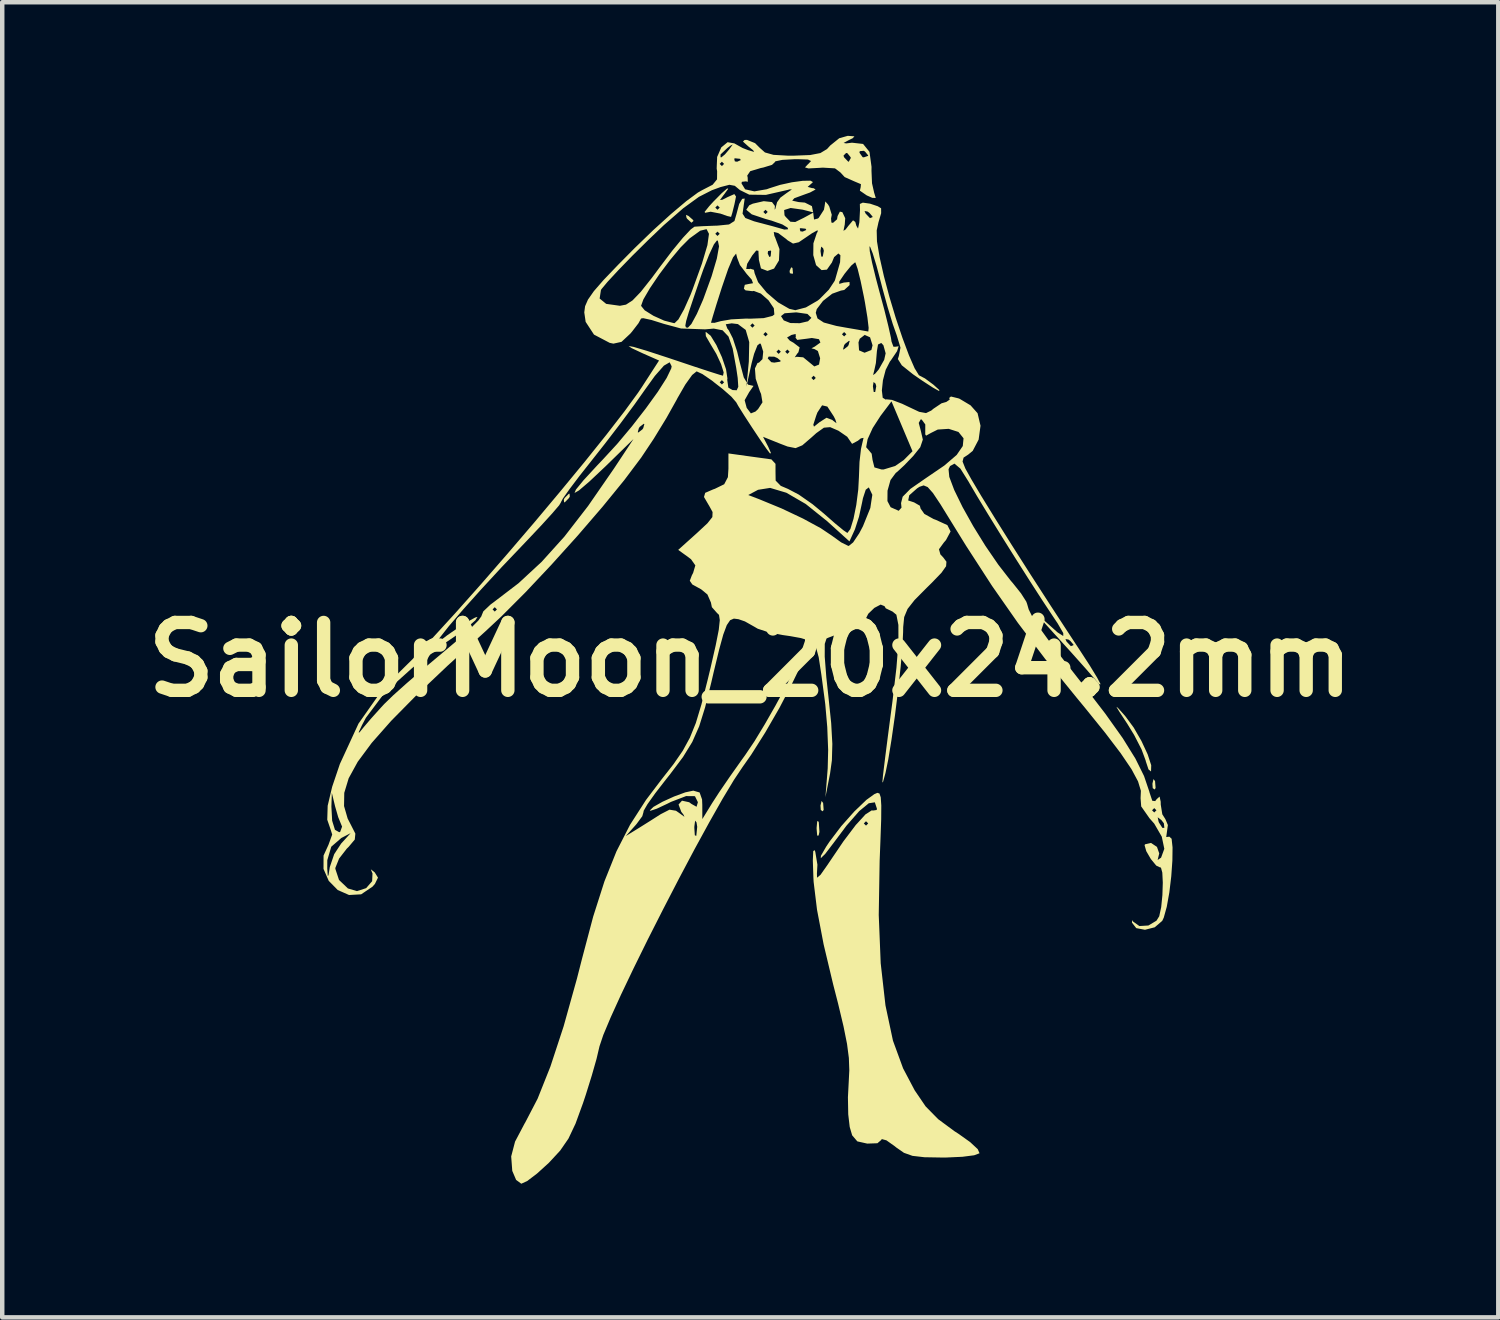
<source format=kicad_pcb>
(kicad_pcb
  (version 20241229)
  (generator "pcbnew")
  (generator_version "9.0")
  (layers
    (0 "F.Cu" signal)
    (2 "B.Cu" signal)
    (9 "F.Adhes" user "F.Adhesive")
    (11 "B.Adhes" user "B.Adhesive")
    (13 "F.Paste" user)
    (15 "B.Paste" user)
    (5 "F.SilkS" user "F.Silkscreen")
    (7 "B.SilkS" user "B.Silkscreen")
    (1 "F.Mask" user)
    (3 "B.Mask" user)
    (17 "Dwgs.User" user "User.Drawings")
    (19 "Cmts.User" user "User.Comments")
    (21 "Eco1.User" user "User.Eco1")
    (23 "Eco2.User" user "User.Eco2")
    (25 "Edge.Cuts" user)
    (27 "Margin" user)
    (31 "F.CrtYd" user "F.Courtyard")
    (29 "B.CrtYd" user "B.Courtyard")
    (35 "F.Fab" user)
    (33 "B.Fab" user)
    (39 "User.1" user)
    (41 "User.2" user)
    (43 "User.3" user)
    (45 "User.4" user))
  (footprint "SailorMoon_20x24.2mm"
    (layer "F.Cu")
    (at 13.796 11.761)
    (property "Reference" "SailorMoon_20x24.2mm" (at 0 0 0) (layer "F.SilkS") (effects (font (size 1.524 1.524) (thickness 0.3))))
    (attr board_only exclude_from_pos_files exclude_from_bom)
    (fp_poly (pts (xy 0.948 -8.794) (xy 0.96 -8.677) (xy 0.948 -8.663) (xy 0.89 -8.676) (xy 0.883 -8.728) (xy 0.919 -8.809)) (stroke (width 0) (type solid)) (fill yes) (layer "F.SilkS"))
    (fp_poly (pts (xy 1.636 3.218) (xy 1.648 3.371) (xy 1.628 3.406) (xy 1.584 3.377) (xy 1.577 3.277) (xy 1.601 3.173)) (stroke (width 0) (type solid)) (fill yes) (layer "F.SilkS"))
    (fp_poly (pts (xy 9.089 2.728) (xy 9.101 2.881) (xy 9.082 2.916) (xy 9.037 2.886) (xy 9.03 2.787) (xy 9.054 2.682)) (stroke (width 0) (type solid)) (fill yes) (layer "F.SilkS"))
    (fp_poly (pts (xy -1.388 -9.963) (xy -1.284 -9.872) (xy -1.275 -9.85) (xy -1.321 -9.81) (xy -1.418 -9.9) (xy -1.431 -9.92) (xy -1.443 -9.987)) (stroke (width 0) (type solid)) (fill yes) (layer "F.SilkS"))
    (fp_poly (pts (xy -4.052 -3.663) (xy -4.07 -3.629) (xy -4.162 -3.535) (xy -4.18 -3.531) (xy -4.186 -3.594) (xy -4.168 -3.629) (xy -4.076 -3.722) (xy -4.058 -3.727)) (stroke (width 0) (type solid)) (fill yes) (layer "F.SilkS"))
    (fp_poly (pts (xy 1.534 3.638) (xy 1.539 3.655) (xy 1.553 3.869) (xy 1.535 3.949) (xy 1.503 3.952) (xy 1.49 3.799) (xy 1.49 3.776) (xy 1.504 3.624)) (stroke (width 0) (type solid)) (fill yes) (layer "F.SilkS"))
    (fp_poly (pts (xy -6.172 -0.883) (xy -6.341 -0.735) (xy -6.513 -0.605) (xy -6.82 -0.395) (xy -6.996 -0.301) (xy -7.06 -0.315) (xy -7.061 -0.327) (xy -6.988 -0.405) (xy -6.808 -0.544) (xy -6.575 -0.705) (xy -6.346 -0.852) (xy -6.177 -0.945) (xy -6.124 -0.959)) (stroke (width 0) (type solid)) (fill yes) (layer "F.SilkS"))
    (fp_poly (pts (xy 8.254 1.082) (xy 8.387 1.231) (xy 8.425 1.275) (xy 8.61 1.526) (xy 8.784 1.828) (xy 8.923 2.127) (xy 9.003 2.371) (xy 8.999 2.508) (xy 8.997 2.51) (xy 8.942 2.465) (xy 8.882 2.284) (xy 8.877 2.262) (xy 8.786 2.016) (xy 8.62 1.693) (xy 8.469 1.446) (xy 8.292 1.177) (xy 8.221 1.06)) (stroke (width 0) (type solid)) (fill yes) (layer "F.SilkS"))
    (fp_poly (pts (xy -0.495 -10.572) (xy -0.591 -10.44) (xy -0.601 -10.428) (xy -0.68 -10.32) (xy -0.624 -10.327) (xy -0.512 -10.384) (xy -0.357 -10.453) (xy -0.32 -10.398) (xy -0.354 -10.229) (xy -0.404 -10.028) (xy -0.431 -9.941) (xy -0.518 -9.961) (xy -0.671 -10.015) (xy -0.89 -10.057) (xy -1.014 -10.033) (xy -1.025 -10.053) (xy -0.947 -10.15) (xy -0.785 -10.15) (xy -0.736 -10.101) (xy -0.686 -10.15) (xy -0.736 -10.199) (xy -0.785 -10.15) (xy -0.947 -10.15) (xy -0.922 -10.181) (xy -0.834 -10.278) (xy -0.637 -10.477) (xy -0.518 -10.58)) (stroke (width 0) (type solid)) (fill yes) (layer "F.SilkS"))
    (fp_poly (pts (xy 2.901 3.006) (xy 2.93 3.092) (xy 2.942 3.274) (xy 2.94 3.58) (xy 2.924 4.034) (xy 2.905 4.524) (xy 2.885 5.733) (xy 2.929 6.819) (xy 3.036 7.764) (xy 3.204 8.555) (xy 3.43 9.173) (xy 3.433 9.18) (xy 3.692 9.671) (xy 3.938 10.032) (xy 4.22 10.319) (xy 4.584 10.588) (xy 4.673 10.645) (xy 4.937 10.833) (xy 5.108 10.992) (xy 5.148 11.084) (xy 5.028 11.129) (xy 4.764 11.163) (xy 4.407 11.179) (xy 4.317 11.18) (xy 3.911 11.173) (xy 3.642 11.142) (xy 3.451 11.074) (xy 3.277 10.953) (xy 3.244 10.926) (xy 3.058 10.794) (xy 2.952 10.765) (xy 2.942 10.785) (xy 2.855 10.859) (xy 2.627 10.867) (xy 2.404 10.817) (xy 2.288 10.681) (xy 2.233 10.493) (xy 2.2 10.211) (xy 2.193 9.827) (xy 2.21 9.5) (xy 2.224 9.221) (xy 2.214 8.944) (xy 2.173 8.629) (xy 2.094 8.234) (xy 1.971 7.718) (xy 1.862 7.294) (xy 1.647 6.392) (xy 1.499 5.616) (xy 1.423 4.991) (xy 1.418 4.903) (xy 1.405 4.511) (xy 1.414 4.3) (xy 1.444 4.277) (xy 1.46 4.315) (xy 1.508 4.605) (xy 1.497 4.805) (xy 1.5 4.897) (xy 1.578 4.831) (xy 1.741 4.599) (xy 1.767 4.56) (xy 2.092 4.08) (xy 2.37 3.712) (xy 2.402 3.678) (xy 2.55 3.678) (xy 2.599 3.727) (xy 2.648 3.678) (xy 2.599 3.629) (xy 2.55 3.678) (xy 2.402 3.678) (xy 2.588 3.474) (xy 2.729 3.384) (xy 2.755 3.389) (xy 2.839 3.376) (xy 2.844 3.346) (xy 2.797 3.204) (xy 2.661 3.225) (xy 2.446 3.402) (xy 2.161 3.728) (xy 1.876 4.109) (xy 1.683 4.362) (xy 1.583 4.459) (xy 1.587 4.403) (xy 1.706 4.197) (xy 1.781 4.085) (xy 2.041 3.742) (xy 2.334 3.412) (xy 2.608 3.149) (xy 2.785 3.021) (xy 2.854 2.991)) (stroke (width 0) (type solid)) (fill yes) (layer "F.SilkS"))
    (fp_poly (pts (xy 2.339 -11.75) (xy 2.301 -11.708) (xy 2.207 -11.662) (xy 2.096 -11.601) (xy 2.155 -11.591) (xy 2.284 -11.607) (xy 2.533 -11.579) (xy 2.677 -11.402) (xy 2.723 -11.065) (xy 2.722 -10.976) (xy 2.734 -10.695) (xy 2.783 -10.479) (xy 2.785 -10.474) (xy 2.818 -10.366) (xy 2.739 -10.369) (xy 2.615 -10.424) (xy 2.461 -10.53) (xy 2.479 -10.608) (xy 2.485 -10.676) (xy 2.331 -10.741) (xy 2.12 -10.835) (xy 2.022 -10.941) (xy 1.902 -11.031) (xy 1.627 -11.047) (xy 1.553 -11.042) (xy 1.307 -11.029) (xy 1.229 -11.052) (xy 1.293 -11.121) (xy 1.299 -11.125) (xy 1.365 -11.195) (xy 1.296 -11.229) (xy 1.065 -11.237) (xy 0.985 -11.236) (xy 0.719 -11.221) (xy 0.565 -11.189) (xy 0.548 -11.166) (xy 0.489 -11.11) (xy 0.295 -11.05) (xy 0.236 -11.038) (xy -0.001 -10.967) (xy -0.068 -10.868) (xy -0.058 -10.826) (xy -0.055 -10.729) (xy -0.099 -10.739) (xy -0.189 -10.729) (xy -0.196 -10.692) (xy -0.115 -10.56) (xy 0.093 -10.514) (xy 0.371 -10.562) (xy 0.431 -10.584) (xy 0.67 -10.66) (xy 0.935 -10.718) (xy 1.178 -10.751) (xy 1.352 -10.754) (xy 1.408 -10.723) (xy 1.373 -10.689) (xy 1.289 -10.615) (xy 1.385 -10.588) (xy 1.422 -10.585) (xy 1.467 -10.556) (xy 1.343 -10.489) (xy 1.226 -10.447) (xy 0.989 -10.36) (xy 0.942 -10.306) (xy 1.085 -10.274) (xy 1.226 -10.262) (xy 1.384 -10.183) (xy 1.412 -10.043) (xy 1.177 -10.103) (xy 0.907 -10.141) (xy 0.761 -10.095) (xy 0.769 -9.977) (xy 0.794 -9.943) (xy 0.902 -9.832) (xy 1.01 -9.826) (xy 1.203 -9.921) (xy 1.208 -9.924) (xy 1.413 -10.035) (xy 1.414 -10.03) (xy 1.432 -9.882) (xy 1.517 -9.904) (xy 1.537 -9.919) (xy 1.654 -10.101) (xy 1.67 -10.187) (xy 1.685 -10.288) (xy 1.746 -10.22) (xy 1.774 -10.174) (xy 1.83 -9.989) (xy 1.814 -9.904) (xy 1.822 -9.814) (xy 1.858 -9.807) (xy 1.949 -9.887) (xy 1.961 -9.96) (xy 2.012 -10.059) (xy 2.068 -10.047) (xy 2.132 -9.911) (xy 2.122 -9.771) (xy 2.093 -9.628) (xy 2.14 -9.658) (xy 2.203 -9.74) (xy 2.308 -9.864) (xy 2.358 -9.828) (xy 2.383 -9.74) (xy 2.42 -9.679) (xy 2.448 -9.81) (xy 2.452 -9.856) (xy 2.463 -10.073) (xy 2.566 -10.073) (xy 2.589 -10.018) (xy 2.688 -9.913) (xy 2.745 -9.935) (xy 2.746 -9.948) (xy 2.676 -10.031) (xy 2.633 -10.061) (xy 2.566 -10.073) (xy 2.463 -10.073) (xy 2.464 -10.092) (xy 2.461 -10.231) (xy 2.527 -10.261) (xy 2.69 -10.238) (xy 2.863 -10.18) (xy 2.938 -10.134) (xy 2.939 -10.024) (xy 2.879 -9.82) (xy 2.839 -9.638) (xy 2.845 -9.393) (xy 2.903 -9.043) (xy 3 -8.613) (xy 3.123 -8.15) (xy 3.266 -7.674) (xy 3.418 -7.222) (xy 3.564 -6.832) (xy 3.691 -6.541) (xy 3.786 -6.387) (xy 3.811 -6.372) (xy 3.923 -6.314) (xy 4.108 -6.177) (xy 4.119 -6.168) (xy 4.249 -6.05) (xy 4.236 -6.033) (xy 4.101 -6.108) (xy 3.861 -6.264) (xy 3.654 -6.407) (xy 3.403 -6.608) (xy 3.314 -6.749) (xy 3.336 -6.818) (xy 3.373 -7.005) (xy 3.29 -7.279) (xy 3.2 -7.535) (xy 3.085 -7.912) (xy 2.967 -8.341) (xy 2.933 -8.473) (xy 2.835 -8.843) (xy 2.75 -9.121) (xy 2.692 -9.268) (xy 2.677 -9.28) (xy 2.683 -9.173) (xy 2.734 -8.92) (xy 2.821 -8.562) (xy 2.898 -8.271) (xy 3.012 -7.848) (xy 3.102 -7.483) (xy 3.159 -7.227) (xy 3.172 -7.142) (xy 3.215 -7.025) (xy 3.257 -7.025) (xy 3.332 -7.036) (xy 3.296 -6.925) (xy 3.159 -6.722) (xy 3.136 -6.693) (xy 3.041 -6.508) (xy 2.979 -6.273) (xy 2.955 -6.044) (xy 2.974 -5.88) (xy 3.043 -5.838) (xy 3.056 -5.845) (xy 3.181 -5.832) (xy 3.41 -5.745) (xy 3.536 -5.685) (xy 3.793 -5.564) (xy 3.947 -5.536) (xy 4.065 -5.593) (xy 4.111 -5.632) (xy 4.294 -5.755) (xy 4.402 -5.786) (xy 4.479 -5.839) (xy 4.467 -5.876) (xy 4.506 -5.908) (xy 4.673 -5.867) (xy 4.7 -5.857) (xy 4.946 -5.71) (xy 5.104 -5.533) (xy 5.17 -5.252) (xy 5.128 -4.941) (xy 4.995 -4.687) (xy 4.894 -4.604) (xy 4.79 -4.536) (xy 4.767 -4.448) (xy 4.83 -4.29) (xy 4.969 -4.041) (xy 5.189 -3.671) (xy 5.497 -3.171) (xy 5.872 -2.573) (xy 6.294 -1.91) (xy 6.743 -1.215) (xy 7.197 -0.52) (xy 7.378 -0.245) (xy 7.625 0.135) (xy 7.79 0.406) (xy 7.866 0.551) (xy 7.844 0.558) (xy 7.782 0.49) (xy 7.532 0.202) (xy 7.21 -0.159) (xy 6.935 -0.462) (xy 7.077 -0.462) (xy 7.101 -0.407) (xy 7.199 -0.302) (xy 7.256 -0.324) (xy 7.257 -0.337) (xy 7.187 -0.42) (xy 7.144 -0.451) (xy 7.077 -0.462) (xy 6.935 -0.462) (xy 6.879 -0.524) (xy 6.82 -0.588) (xy 6.607 -0.824) (xy 6.513 -0.941) (xy 6.544 -0.93) (xy 6.646 -0.838) (xy 6.901 -0.611) (xy 7.028 -0.53) (xy 7.028 -0.596) (xy 6.903 -0.812) (xy 6.776 -1.002) (xy 6.555 -1.336) (xy 6.275 -1.77) (xy 5.962 -2.263) (xy 5.644 -2.77) (xy 5.347 -3.251) (xy 5.098 -3.661) (xy 4.924 -3.957) (xy 4.902 -3.996) (xy 4.719 -4.288) (xy 4.585 -4.401) (xy 4.486 -4.346) (xy 4.452 -4.276) (xy 4.469 -4.103) (xy 4.58 -3.808) (xy 4.766 -3.427) (xy 5.007 -2.996) (xy 5.281 -2.553) (xy 5.569 -2.133) (xy 5.849 -1.772) (xy 5.896 -1.718) (xy 6.08 -1.487) (xy 6.198 -1.302) (xy 6.216 -1.252) (xy 6.252 -1.127) (xy 6.331 -0.968) (xy 6.47 -0.75) (xy 6.685 -0.453) (xy 6.99 -0.052) (xy 7.402 0.474) (xy 7.457 0.544) (xy 7.971 1.212) (xy 8.363 1.763) (xy 8.648 2.222) (xy 8.842 2.614) (xy 8.96 2.962) (xy 8.966 2.986) (xy 9.027 3.169) (xy 9.092 3.177) (xy 9.126 3.133) (xy 9.191 3.075) (xy 9.216 3.191) (xy 9.217 3.255) (xy 9.252 3.473) (xy 9.321 3.582) (xy 9.377 3.714) (xy 9.359 3.845) (xy 9.34 3.984) (xy 9.41 3.975) (xy 9.461 4.022) (xy 9.482 4.217) (xy 9.478 4.514) (xy 9.453 4.865) (xy 9.41 5.226) (xy 9.352 5.55) (xy 9.285 5.792) (xy 9.25 5.866) (xy 9.082 6.01) (xy 8.863 6.066) (xy 8.667 6.029) (xy 8.571 5.906) (xy 8.576 5.849) (xy 8.597 5.882) (xy 8.737 5.982) (xy 8.939 5.97) (xy 9.121 5.862) (xy 9.183 5.762) (xy 9.227 5.558) (xy 9.254 5.287) (xy 9.263 5.008) (xy 9.252 4.782) (xy 9.221 4.668) (xy 9.205 4.667) (xy 9.116 4.625) (xy 8.995 4.478) (xy 8.892 4.301) (xy 8.854 4.168) (xy 8.863 4.147) (xy 8.999 4.116) (xy 9.132 4.205) (xy 9.183 4.351) (xy 9.174 4.389) (xy 9.147 4.499) (xy 9.222 4.448) (xy 9.225 4.445) (xy 9.297 4.248) (xy 9.24 3.975) (xy 9.071 3.683) (xy 8.961 3.558) (xy 8.949 3.54) (xy 9.148 3.54) (xy 9.169 3.639) (xy 9.176 3.657) (xy 9.253 3.777) (xy 9.298 3.778) (xy 9.287 3.675) (xy 9.231 3.602) (xy 9.148 3.54) (xy 8.949 3.54) (xy 8.839 3.383) (xy 9.022 3.383) (xy 9.071 3.432) (xy 9.12 3.383) (xy 9.071 3.334) (xy 9.022 3.383) (xy 8.839 3.383) (xy 8.778 3.296) (xy 8.764 3.111) (xy 8.771 2.945) (xy 8.707 2.734) (xy 8.559 2.458) (xy 8.317 2.101) (xy 7.968 1.642) (xy 7.501 1.064) (xy 7.326 0.852) (xy 6.624 -0.013) (xy 6.008 -0.827) (xy 5.43 -1.654) (xy 4.844 -2.559) (xy 4.511 -3.098) (xy 4.268 -3.492) (xy 4.101 -3.742) (xy 3.984 -3.874) (xy 3.893 -3.912) (xy 3.801 -3.881) (xy 3.748 -3.847) (xy 3.57 -3.69) (xy 3.546 -3.574) (xy 3.678 -3.531) (xy 3.808 -3.456) (xy 3.825 -3.391) (xy 3.909 -3.272) (xy 4.116 -3.157) (xy 4.168 -3.138) (xy 4.426 -3.02) (xy 4.498 -2.878) (xy 4.395 -2.685) (xy 4.346 -2.628) (xy 4.237 -2.478) (xy 4.269 -2.363) (xy 4.338 -2.289) (xy 4.405 -2.198) (xy 4.397 -2.097) (xy 4.293 -1.95) (xy 4.071 -1.72) (xy 3.963 -1.614) (xy 3.69 -1.339) (xy 3.532 -1.138) (xy 3.456 -0.955) (xy 3.434 -0.731) (xy 3.432 -0.617) (xy 3.417 -0.296) (xy 3.377 0.161) (xy 3.318 0.699) (xy 3.248 1.261) (xy 3.172 1.793) (xy 3.099 2.241) (xy 3.036 2.548) (xy 3.035 2.55) (xy 2.983 2.74) (xy 2.966 2.761) (xy 2.98 2.604) (xy 2.998 2.452) (xy 3.033 2.167) (xy 3.086 1.752) (xy 3.149 1.27) (xy 3.193 0.938) (xy 3.282 0.186) (xy 3.327 -0.384) (xy 3.326 -0.779) (xy 3.281 -1.008) (xy 3.195 -1.079) (xy 3.043 -1.152) (xy 3.014 -1.201) (xy 2.928 -1.236) (xy 2.787 -1.162) (xy 2.65 -1.03) (xy 2.578 -0.887) (xy 2.578 -0.849) (xy 2.506 -0.761) (xy 2.301 -0.668) (xy 2.207 -0.64) (xy 1.934 -0.561) (xy 1.741 -0.488) (xy 1.712 -0.473) (xy 1.673 -0.354) (xy 1.672 -0.067) (xy 1.708 0.397) (xy 1.753 0.811) (xy 1.817 1.424) (xy 1.843 1.892) (xy 1.833 2.261) (xy 1.792 2.558) (xy 1.688 3.089) (xy 1.739 2.441) (xy 1.749 2.026) (xy 1.729 1.516) (xy 1.685 1.009) (xy 1.674 0.921) (xy 1.597 0.341) (xy 1.537 -0.052) (xy 1.479 -0.267) (xy 1.406 -0.311) (xy 1.304 -0.19) (xy 1.157 0.088) (xy 0.95 0.515) (xy 0.927 0.562) (xy 0.655 1.084) (xy 0.337 1.635) (xy 0.02 2.137) (xy -0.174 2.413) (xy -0.367 2.702) (xy -0.621 3.124) (xy -0.92 3.652) (xy -1.252 4.259) (xy -1.601 4.918) (xy -1.955 5.602) (xy -2.3 6.282) (xy -2.62 6.932) (xy -2.903 7.525) (xy -3.134 8.033) (xy -3.3 8.428) (xy -3.386 8.685) (xy -3.392 8.711) (xy -3.452 8.966) (xy -3.559 9.341) (xy -3.693 9.771) (xy -3.754 9.954) (xy -3.923 10.418) (xy -4.082 10.754) (xy -4.268 11.024) (xy -4.516 11.292) (xy -4.527 11.303) (xy -4.787 11.539) (xy -5.008 11.707) (xy -5.141 11.768) (xy -5.257 11.683) (xy -5.344 11.479) (xy -5.344 11.476) (xy -5.368 11.155) (xy -5.281 10.822) (xy -5.068 10.418) (xy -5.054 10.395) (xy -4.775 9.859) (xy -4.487 9.136) (xy -4.191 8.235) (xy -3.892 7.164) (xy -3.778 6.718) (xy -3.527 5.77) (xy -3.274 4.978) (xy -3.004 4.304) (xy -2.829 3.962) (xy -2.795 3.962) (xy -2.525 3.795) (xy -2.494 3.776) (xy -1.256 3.776) (xy -1.245 3.943) (xy -1.214 3.958) (xy -1.211 3.949) (xy -1.191 3.754) (xy -1.207 3.655) (xy -1.238 3.615) (xy -1.255 3.745) (xy -1.256 3.776) (xy -2.494 3.776) (xy -2.242 3.618) (xy -2.01 3.47) (xy -1.813 3.369) (xy -1.668 3.393) (xy -1.593 3.445) (xy -1.478 3.53) (xy -1.5 3.48) (xy -1.549 3.417) (xy -1.61 3.253) (xy -1.533 3.167) (xy -1.372 3.202) (xy -1.32 3.24) (xy -1.206 3.304) (xy -1.177 3.206) (xy -1.177 3.199) (xy -1.242 3.066) (xy -1.441 3.064) (xy -1.779 3.194) (xy -1.867 3.238) (xy -2.099 3.347) (xy -2.238 3.393) (xy -2.256 3.387) (xy -2.173 3.306) (xy -1.97 3.191) (xy -1.71 3.073) (xy -1.458 2.98) (xy -1.279 2.942) (xy -1.279 2.942) (xy -1.137 2.983) (xy -1.082 3.14) (xy -1.077 3.261) (xy -1.076 3.58) (xy -0.856 3.222) (xy -0.696 2.975) (xy -0.462 2.633) (xy -0.197 2.258) (xy -0.114 2.143) (xy 0.093 1.836) (xy 0.326 1.452) (xy 0.568 1.029) (xy 0.799 0.601) (xy 1.001 0.203) (xy 1.155 -0.128) (xy 1.243 -0.358) (xy 1.251 -0.449) (xy 1.138 -0.484) (xy 0.896 -0.528) (xy 0.728 -0.552) (xy 0.414 -0.613) (xy 0.168 -0.694) (xy 0.098 -0.735) (xy -0.12 -0.858) (xy -0.265 -0.908) (xy -0.368 -0.921) (xy -0.452 -0.885) (xy -0.527 -0.775) (xy -0.606 -0.563) (xy -0.699 -0.224) (xy -0.819 0.271) (xy -0.875 0.512) (xy -1.014 1.072) (xy -1.147 1.498) (xy -1.303 1.85) (xy -1.51 2.187) (xy -1.796 2.568) (xy -1.895 2.693) (xy -2.133 3) (xy -2.308 3.246) (xy -2.394 3.395) (xy -2.397 3.421) (xy -2.424 3.516) (xy -2.551 3.688) (xy -2.573 3.714) (xy -2.795 3.962) (xy -2.829 3.962) (xy -2.699 3.708) (xy -2.341 3.151) (xy -1.997 2.697) (xy -1.723 2.347) (xy -1.516 2.047) (xy -1.356 1.754) (xy -1.222 1.423) (xy -1.097 1.008) (xy -0.959 0.464) (xy -0.892 0.187) (xy -0.776 -0.321) (xy -0.707 -0.67) (xy -0.684 -0.888) (xy -0.702 -1.005) (xy -0.747 -1.048) (xy -0.862 -1.178) (xy -0.883 -1.282) (xy -0.962 -1.463) (xy -1.103 -1.579) (xy -1.3 -1.687) (xy -1.358 -1.77) (xy -1.311 -1.894) (xy -1.283 -1.947) (xy -1.233 -2.116) (xy -1.33 -2.254) (xy -1.397 -2.305) (xy -1.618 -2.464) (xy -1.195 -2.844) (xy -0.961 -3.062) (xy -0.851 -3.201) (xy -0.846 -3.314) (xy -0.923 -3.454) (xy -0.937 -3.477) (xy -1.039 -3.652) (xy -1.026 -3.696) (xy -0.045 -3.696) (xy 0.198 -3.603) (xy 0.705 -3.394) (xy 1.185 -3.167) (xy 1.583 -2.951) (xy 1.83 -2.785) (xy 2.041 -2.633) (xy 2.196 -2.556) (xy 2.212 -2.553) (xy 2.31 -2.632) (xy 2.447 -2.837) (xy 2.53 -2.994) (xy 2.696 -3.405) (xy 2.719 -3.56) (xy 3.08 -3.56) (xy 3.152 -3.422) (xy 3.333 -3.342) (xy 3.396 -3.413) (xy 3.386 -3.516) (xy 3.422 -3.658) (xy 3.596 -3.834) (xy 3.921 -4.06) (xy 4.358 -4.358) (xy 4.635 -4.596) (xy 4.772 -4.796) (xy 4.789 -4.97) (xy 4.675 -5.112) (xy 4.456 -5.182) (xy 4.21 -5.166) (xy 4.058 -5.09) (xy 3.948 -5.029) (xy 3.929 -5.058) (xy 3.93 -5.281) (xy 3.849 -5.391) (xy 3.827 -5.394) (xy 3.783 -5.315) (xy 3.831 -5.133) (xy 3.875 -4.94) (xy 3.817 -4.769) (xy 3.657 -4.57) (xy 3.456 -4.361) (xy 3.297 -4.214) (xy 3.268 -4.193) (xy 3.149 -4.032) (xy 3.082 -3.793) (xy 3.08 -3.56) (xy 2.719 -3.56) (xy 2.741 -3.701) (xy 2.663 -3.865) (xy 2.66 -3.866) (xy 2.593 -3.815) (xy 2.53 -3.623) (xy 2.512 -3.532) (xy 2.442 -3.21) (xy 2.352 -2.93) (xy 2.339 -2.9) (xy 2.227 -2.655) (xy 1.727 -3.108) (xy 1.245 -3.495) (xy 0.811 -3.747) (xy 0.446 -3.856) (xy 0.175 -3.813) (xy -0.045 -3.696) (xy -1.026 -3.696) (xy -1.012 -3.745) (xy -0.829 -3.824) (xy -0.796 -3.835) (xy -0.585 -3.938) (xy -0.502 -4.097) (xy -0.49 -4.286) (xy -0.49 -4.63) (xy -0.074 -4.572) (xy 0.217 -4.532) (xy 0.435 -4.502) (xy 0.475 -4.496) (xy 0.567 -4.396) (xy 0.567 -4.214) (xy 0.57 -4.02) (xy 0.685 -3.902) (xy 0.847 -3.833) (xy 1.089 -3.706) (xy 1.397 -3.491) (xy 1.651 -3.281) (xy 1.903 -3.06) (xy 2.094 -2.903) (xy 2.181 -2.844) (xy 2.248 -2.933) (xy 2.318 -3.161) (xy 2.381 -3.475) (xy 2.425 -3.819) (xy 2.44 -4.098) (xy 2.453 -4.439) (xy 2.486 -4.729) (xy 2.495 -4.77) (xy 2.602 -4.77) (xy 2.657 -4.707) (xy 2.726 -4.624) (xy 2.746 -4.483) (xy 2.788 -4.316) (xy 2.949 -4.269) (xy 2.996 -4.27) (xy 3.254 -4.348) (xy 3.445 -4.48) (xy 3.643 -4.679) (xy 3.407 -5.239) (xy 3.171 -5.799) (xy 2.926 -5.474) (xy 2.749 -5.2) (xy 2.635 -4.95) (xy 2.602 -4.77) (xy 2.495 -4.77) (xy 2.509 -4.832) (xy 2.544 -4.98) (xy 2.483 -4.968) (xy 2.417 -4.915) (xy 2.286 -4.845) (xy 2.256 -4.889) (xy 2.177 -5.004) (xy 1.987 -5.135) (xy 1.977 -5.141) (xy 1.794 -5.22) (xy 1.654 -5.208) (xy 1.483 -5.086) (xy 1.376 -4.99) (xy 1.169 -4.812) (xy 1.018 -4.749) (xy 0.837 -4.785) (xy 0.67 -4.849) (xy 0.287 -5.003) (xy 0.402 -4.782) (xy 0.463 -4.642) (xy 0.446 -4.626) (xy 0.366 -4.731) (xy 0.217 -4.946) (xy 0.038 -5.215) (xy -0.001 -5.275) (xy 1.416 -5.275) (xy 1.431 -5.231) (xy 1.539 -5.318) (xy 1.551 -5.328) (xy 1.712 -5.431) (xy 1.842 -5.382) (xy 1.857 -5.368) (xy 1.936 -5.308) (xy 1.911 -5.39) (xy 1.875 -5.462) (xy 1.731 -5.682) (xy 1.613 -5.71) (xy 1.507 -5.548) (xy 1.48 -5.476) (xy 1.416 -5.275) (xy -0.001 -5.275) (xy -0.136 -5.483) (xy -0.269 -5.695) (xy -0.316 -5.779) (xy -0.356 -5.825) (xy -0.126 -5.825) (xy -0.08 -5.653) (xy 0.014 -5.529) (xy 0.117 -5.57) (xy 0.175 -5.625) (xy 0.274 -5.777) (xy 0.243 -5.963) (xy 0.214 -6.032) (xy 0.179 -6.138) (xy 2.754 -6.138) (xy 2.772 -6.01) (xy 2.805 -6.009) (xy 2.829 -6.14) (xy 2.813 -6.197) (xy 2.769 -6.234) (xy 2.754 -6.138) (xy 0.179 -6.138) (xy 0.122 -6.309) (xy 0.121 -6.325) (xy 1.373 -6.325) (xy 1.422 -6.276) (xy 1.471 -6.325) (xy 1.422 -6.375) (xy 1.373 -6.325) (xy 0.121 -6.325) (xy 0.116 -6.389) (xy 2.758 -6.389) (xy 2.808 -6.424) (xy 2.885 -6.516) (xy 3.007 -6.731) (xy 3.04 -6.878) (xy 2.99 -7.058) (xy 2.942 -7.11) (xy 2.869 -7.076) (xy 2.844 -6.928) (xy 2.821 -6.659) (xy 2.787 -6.505) (xy 2.758 -6.389) (xy 0.116 -6.389) (xy 0.105 -6.538) (xy 0.163 -6.661) (xy 0.196 -6.669) (xy 0.274 -6.747) (xy 0.276 -6.764) (xy 0.392 -6.764) (xy 0.472 -6.679) (xy 0.539 -6.669) (xy 0.67 -6.69) (xy 0.686 -6.707) (xy 0.61 -6.771) (xy 0.539 -6.802) (xy 0.413 -6.804) (xy 0.392 -6.764) (xy 0.276 -6.764) (xy 0.291 -6.914) (xy 0.588 -6.914) (xy 0.637 -6.865) (xy 0.686 -6.914) (xy 0.785 -6.914) (xy 0.834 -6.865) (xy 0.883 -6.914) (xy 0.834 -6.963) (xy 0.785 -6.914) (xy 0.686 -6.914) (xy 0.637 -6.963) (xy 0.588 -6.914) (xy 0.291 -6.914) (xy 0.291 -6.915) (xy 0.241 -7.077) (xy 0.221 -7.102) (xy 0.162 -7.058) (xy 0.086 -6.866) (xy 0.03 -6.653) (xy -0.069 -6.208) (xy -0.048 -6.173) (xy 0.009 -6.161) (xy 0.073 -6.146) (xy -0.012 -6.023) (xy -0.02 -6.014) (xy -0.126 -5.825) (xy -0.356 -5.825) (xy -0.422 -5.902) (xy -0.624 -6.08) (xy -0.813 -6.227) (xy -0.686 -6.227) (xy -0.637 -6.178) (xy -0.588 -6.227) (xy -0.637 -6.276) (xy -0.686 -6.227) (xy -0.813 -6.227) (xy -0.86 -6.265) (xy -1.073 -6.411) (xy -1.203 -6.472) (xy -1.205 -6.472) (xy -1.305 -6.391) (xy -1.458 -6.177) (xy -1.633 -5.874) (xy -1.653 -5.835) (xy -1.883 -5.424) (xy -2.169 -4.956) (xy -2.449 -4.536) (xy -2.83 -4.029) (xy -3.318 -3.431) (xy -3.876 -2.783) (xy -4.466 -2.129) (xy -5.049 -1.51) (xy -5.59 -0.968) (xy -5.941 -0.64) (xy -6.793 0.134) (xy -7.497 0.801) (xy -8.063 1.375) (xy -8.499 1.869) (xy -8.814 2.294) (xy -9.017 2.664) (xy -9.116 2.991) (xy -9.121 3.288) (xy -9.04 3.568) (xy -8.962 3.72) (xy -8.867 3.907) (xy -8.88 4.04) (xy -9.018 4.204) (xy -9.06 4.245) (xy -9.232 4.467) (xy -9.315 4.673) (xy -9.317 4.696) (xy -9.234 4.947) (xy -9.034 5.138) (xy -8.831 5.198) (xy -8.625 5.131) (xy -8.49 4.975) (xy -8.482 4.799) (xy -8.489 4.785) (xy -8.52 4.708) (xy -8.434 4.776) (xy -8.431 4.779) (xy -8.359 4.895) (xy -8.427 5.035) (xy -8.481 5.097) (xy -8.737 5.27) (xy -9.009 5.285) (xy -9.263 5.173) (xy -9.465 4.967) (xy -9.582 4.699) (xy -9.582 4.691) (xy -9.498 4.691) (xy -9.486 4.857) (xy -9.47 4.842) (xy -9.441 4.658) (xy -9.342 4.368) (xy -9.186 4.13) (xy -8.973 3.896) (xy -9.182 4.005) (xy -9.408 4.201) (xy -9.497 4.503) (xy -9.498 4.691) (xy -9.582 4.691) (xy -9.581 4.399) (xy -9.471 4.159) (xy -9.387 3.928) (xy -9.421 3.819) (xy -9.498 3.595) (xy -9.489 3.302) (xy -9.405 3.302) (xy -9.388 3.617) (xy -9.325 3.821) (xy -9.228 3.876) (xy -9.207 3.866) (xy -9.165 3.749) (xy -9.184 3.704) (xy -9.252 3.537) (xy -9.322 3.294) (xy -9.395 2.991) (xy -9.405 3.302) (xy -9.489 3.302) (xy -9.489 3.283) (xy -9.388 2.856) (xy -9.215 2.344) (xy -8.888 1.635) (xy -8.794 1.635) (xy -8.774 1.634) (xy -8.682 1.52) (xy -8.516 1.325) (xy -8.292 1.076) (xy -8.217 0.995) (xy -8.019 0.803) (xy -7.711 0.527) (xy -7.335 0.203) (xy -6.947 -0.121) (xy -6.589 -0.423) (xy -6.298 -0.684) (xy -6.104 -0.879) (xy -6.033 -0.98) (xy -6.034 -0.986) (xy -5.993 -1.085) (xy -5.947 -1.128) (xy -5.786 -1.128) (xy -5.737 -1.079) (xy -5.688 -1.128) (xy -5.737 -1.177) (xy -5.786 -1.128) (xy -5.947 -1.128) (xy -5.832 -1.237) (xy -5.763 -1.288) (xy -5.204 -1.715) (xy -4.683 -2.197) (xy -4.172 -2.764) (xy -3.642 -3.449) (xy -3.066 -4.282) (xy -3.044 -4.315) (xy -2.622 -4.953) (xy -3.25 -4.34) (xy -3.613 -3.998) (xy -3.845 -3.8) (xy -3.946 -3.742) (xy -3.914 -3.819) (xy -3.745 -4.026) (xy -3.438 -4.359) (xy -3.316 -4.487) (xy -2.991 -4.84) (xy -2.768 -5.106) (xy -2.526 -5.106) (xy -2.512 -5.1) (xy -2.423 -5.169) (xy -2.403 -5.198) (xy -2.378 -5.289) (xy -2.391 -5.296) (xy -2.481 -5.227) (xy -2.501 -5.198) (xy -2.526 -5.106) (xy -2.768 -5.106) (xy -2.659 -5.236) (xy -2.346 -5.639) (xy -2.076 -6.013) (xy -1.877 -6.325) (xy -1.774 -6.539) (xy -1.765 -6.586) (xy -1.81 -6.676) (xy -1.939 -6.601) (xy -2.143 -6.369) (xy -2.368 -6.056) (xy -2.602 -5.725) (xy -2.915 -5.302) (xy -3.265 -4.846) (xy -3.548 -4.487) (xy -3.833 -4.126) (xy -4.059 -3.827) (xy -4.206 -3.619) (xy -4.253 -3.532) (xy -4.251 -3.531) (xy -4.291 -3.465) (xy -4.445 -3.285) (xy -4.689 -3.017) (xy -5 -2.687) (xy -5.061 -2.623) (xy -5.582 -2.076) (xy -6.05 -1.569) (xy -6.45 -1.122) (xy -6.767 -0.752) (xy -6.983 -0.478) (xy -7.084 -0.319) (xy -7.089 -0.293) (xy -7.15 -0.198) (xy -7.33 -0.026) (xy -7.591 0.189) (xy -7.597 0.194) (xy -8.208 0.743) (xy -8.631 1.307) (xy -8.718 1.471) (xy -8.794 1.635) (xy -8.888 1.635) (xy -8.796 1.436) (xy -8.264 0.68) (xy -7.94 0.343) (xy -7.584 -0.009) (xy -7.136 -0.483) (xy -6.616 -1.052) (xy -6.048 -1.691) (xy -5.453 -2.375) (xy -4.851 -3.078) (xy -4.266 -3.776) (xy -3.718 -4.441) (xy -3.23 -5.05) (xy -2.823 -5.576) (xy -2.519 -5.993) (xy -2.429 -6.127) (xy -2.048 -6.716) (xy -2.422 -6.881) (xy -2.665 -6.995) (xy -2.732 -7.042) (xy -2.62 -7.022) (xy -2.327 -6.935) (xy -1.853 -6.78) (xy -1.667 -6.718) (xy -1.253 -6.579) (xy -0.912 -6.467) (xy -0.685 -6.395) (xy -0.612 -6.375) (xy -0.597 -6.449) (xy -0.655 -6.634) (xy -0.762 -6.865) (xy -0.893 -7.084) (xy -0.894 -7.086) (xy -0.997 -7.264) (xy -1.003 -7.353) (xy -0.992 -7.355) (xy -0.888 -7.271) (xy -0.76 -7.062) (xy -0.636 -6.79) (xy -0.544 -6.52) (xy -0.513 -6.315) (xy -0.517 -6.281) (xy -0.492 -6.107) (xy -0.398 -6.053) (xy -0.305 -6.048) (xy -0.269 -6.125) (xy -0.269 -6.129) (xy -0.086 -6.129) (xy -0.069 -6.208) (xy -0.077 -6.222) (xy -0.086 -6.129) (xy -0.269 -6.129) (xy -0.282 -6.324) (xy -0.315 -6.548) (xy -0.395 -6.984) (xy -0.489 -7.255) (xy -0.622 -7.395) (xy -0.819 -7.433) (xy -1.014 -7.416) (xy -1.555 -7.435) (xy -1.795 -7.5) (xy -1.458 -7.5) (xy -1.445 -7.46) (xy -1.406 -7.453) (xy -1.4 -7.453) (xy -1.328 -7.53) (xy -0.55 -7.53) (xy -0.515 -7.435) (xy -0.483 -7.395) (xy -0.392 -7.215) (xy -0.295 -6.919) (xy -0.238 -6.684) (xy -0.145 -6.335) (xy -0.077 -6.222) (xy -0.032 -6.694) (xy -0.023 -7.129) (xy -0.052 -7.232) (xy 0.826 -7.232) (xy 0.89 -7.161) (xy 0.97 -7.116) (xy 1.109 -7.01) (xy 1.081 -6.901) (xy 1.055 -6.871) (xy 0.999 -6.788) (xy 1.043 -6.8) (xy 1.189 -6.788) (xy 1.276 -6.717) (xy 1.439 -6.583) (xy 1.544 -6.625) (xy 1.569 -6.767) (xy 1.518 -6.93) (xy 1.449 -6.969) (xy 2.084 -6.969) (xy 2.097 -6.963) (xy 2.186 -7.032) (xy 2.207 -7.061) (xy 2.223 -7.123) (xy 2.43 -7.123) (xy 2.443 -6.944) (xy 2.567 -6.891) (xy 2.719 -6.952) (xy 2.746 -7.057) (xy 2.69 -7.237) (xy 2.57 -7.291) (xy 2.458 -7.205) (xy 2.43 -7.123) (xy 2.223 -7.123) (xy 2.232 -7.153) (xy 2.218 -7.159) (xy 2.129 -7.09) (xy 2.108 -7.061) (xy 2.084 -6.969) (xy 1.449 -6.969) (xy 1.447 -6.971) (xy 1.374 -6.99) (xy 1.447 -7.028) (xy 1.575 -7.12) (xy 1.543 -7.195) (xy 1.383 -7.222) (xy 1.263 -7.205) (xy 1.054 -7.179) (xy 1.015 -7.232) (xy 1.023 -7.246) (xy 1.019 -7.306) (xy 2.059 -7.306) (xy 2.108 -7.257) (xy 2.158 -7.306) (xy 2.108 -7.355) (xy 2.059 -7.306) (xy 1.019 -7.306) (xy 1.019 -7.312) (xy 0.925 -7.29) (xy 0.826 -7.232) (xy -0.052 -7.232) (xy -0.074 -7.306) (xy 0.294 -7.306) (xy 0.343 -7.257) (xy 0.392 -7.306) (xy 0.343 -7.355) (xy 0.294 -7.306) (xy -0.074 -7.306) (xy -0.102 -7.403) (xy -0.235 -7.502) (xy 0 -7.502) (xy 0.049 -7.453) (xy 0.098 -7.502) (xy 0.049 -7.551) (xy 0 -7.502) (xy -0.235 -7.502) (xy -0.277 -7.534) (xy -0.416 -7.551) (xy -0.55 -7.53) (xy -1.328 -7.53) (xy -1.321 -7.538) (xy -1.307 -7.564) (xy -0.881 -7.564) (xy -0.803 -7.562) (xy -0.662 -7.6) (xy -0.429 -7.64) (xy -0.106 -7.657) (xy 0.016 -7.656) (xy 0.302 -7.668) (xy 0.481 -7.713) (xy 0.69 -7.713) (xy 0.752 -7.617) (xy 0.9 -7.558) (xy 1.111 -7.554) (xy 1.297 -7.597) (xy 1.373 -7.674) (xy 1.284 -7.762) (xy 1.108 -7.787) (xy 1.471 -7.787) (xy 1.51 -7.661) (xy 1.651 -7.569) (xy 1.933 -7.493) (xy 2.138 -7.456) (xy 2.419 -7.408) (xy 2.61 -7.374) (xy 2.651 -7.367) (xy 2.658 -7.45) (xy 2.631 -7.681) (xy 2.576 -8.016) (xy 2.553 -8.14) (xy 2.478 -8.501) (xy 2.411 -8.774) (xy 2.363 -8.912) (xy 2.354 -8.921) (xy 2.268 -8.848) (xy 2.127 -8.675) (xy 2.115 -8.659) (xy 1.998 -8.487) (xy 1.998 -8.436) (xy 2.099 -8.466) (xy 2.228 -8.479) (xy 2.231 -8.41) (xy 2.11 -8.3) (xy 2.035 -8.286) (xy 1.84 -8.216) (xy 1.634 -8.055) (xy 1.493 -7.87) (xy 1.471 -7.787) (xy 1.108 -7.787) (xy 1.043 -7.796) (xy 1.03 -7.797) (xy 0.771 -7.777) (xy 0.69 -7.713) (xy 0.481 -7.713) (xy 0.499 -7.718) (xy 0.541 -7.75) (xy 0.529 -7.891) (xy 0.409 -8.069) (xy 0.238 -8.219) (xy 0.079 -8.279) (xy 0.049 -8.273) (xy -0.106 -8.291) (xy -0.143 -8.329) (xy -0.123 -8.416) (xy -0.038 -8.434) (xy 0.062 -8.452) (xy 0.032 -8.533) (xy -0.081 -8.661) (xy -0.164 -8.771) (xy -0.091 -8.771) (xy -0.013 -8.77) (xy 0 -8.777) (xy 0.082 -8.753) (xy 0.098 -8.675) (xy 0.176 -8.475) (xy 0.37 -8.24) (xy 0.623 -8.023) (xy 0.876 -7.877) (xy 1.012 -7.846) (xy 1.249 -7.908) (xy 1.513 -8.061) (xy 1.556 -8.095) (xy 1.764 -8.306) (xy 1.896 -8.505) (xy 1.907 -8.536) (xy 1.983 -8.803) (xy 2.017 -8.924) (xy 2.024 -9.08) (xy 1.979 -9.12) (xy 1.883 -9.038) (xy 1.833 -8.916) (xy 1.721 -8.757) (xy 1.601 -8.746) (xy 1.478 -8.857) (xy 1.415 -9.082) (xy 1.416 -9.178) (xy 1.577 -9.178) (xy 1.595 -9.05) (xy 1.628 -9.049) (xy 1.652 -9.18) (xy 1.636 -9.237) (xy 1.593 -9.274) (xy 1.577 -9.178) (xy 1.416 -9.178) (xy 1.418 -9.348) (xy 1.495 -9.579) (xy 1.513 -9.605) (xy 1.512 -9.643) (xy 1.387 -9.574) (xy 1.301 -9.515) (xy 1.09 -9.372) (xy 0.96 -9.342) (xy 0.839 -9.415) (xy 0.803 -9.447) (xy 0.627 -9.578) (xy 0.528 -9.602) (xy 0.542 -9.511) (xy 0.555 -9.488) (xy 0.656 -9.218) (xy 0.644 -8.962) (xy 0.534 -8.78) (xy 0.386 -8.728) (xy 0.24 -8.784) (xy 0.193 -8.98) (xy 0.193 -8.998) (xy 0.186 -9.12) (xy 0.392 -9.12) (xy 0.428 -9.04) (xy 0.458 -9.055) (xy 0.469 -9.171) (xy 0.458 -9.186) (xy 0.399 -9.172) (xy 0.392 -9.12) (xy 0.186 -9.12) (xy 0.183 -9.18) (xy 0.134 -9.186) (xy 0.046 -9.077) (xy -0.069 -8.888) (xy -0.091 -8.771) (xy -0.164 -8.771) (xy -0.232 -8.86) (xy -0.294 -9.021) (xy -0.294 -9.021) (xy -0.318 -9.117) (xy -0.386 -9.032) (xy -0.495 -8.774) (xy -0.64 -8.351) (xy -0.653 -8.31) (xy -0.762 -7.967) (xy -0.842 -7.704) (xy -0.88 -7.571) (xy -0.881 -7.564) (xy -1.307 -7.564) (xy -1.2 -7.761) (xy -1.062 -8.076) (xy -1.047 -8.115) (xy -0.867 -8.611) (xy -0.75 -9.007) (xy -0.701 -9.281) (xy -0.727 -9.406) (xy -0.748 -9.412) (xy -0.816 -9.324) (xy -0.924 -9.092) (xy -1.054 -8.759) (xy -1.109 -8.603) (xy -1.272 -8.125) (xy -1.38 -7.802) (xy -1.439 -7.604) (xy -1.458 -7.5) (xy -1.795 -7.5) (xy -1.937 -7.538) (xy -2.217 -7.626) (xy -2.404 -7.667) (xy -2.452 -7.659) (xy -2.51 -7.553) (xy -2.653 -7.367) (xy -2.691 -7.322) (xy -2.891 -7.135) (xy -3.073 -7.095) (xy -3.157 -7.113) (xy -3.509 -7.298) (xy -3.696 -7.584) (xy -3.727 -7.797) (xy -3.709 -7.934) (xy -3.705 -7.944) (xy -2.452 -7.944) (xy -2.37 -7.843) (xy -2.173 -7.72) (xy -1.933 -7.612) (xy -1.72 -7.557) (xy -1.699 -7.555) (xy -1.613 -7.639) (xy -1.487 -7.865) (xy -1.342 -8.19) (xy -1.295 -8.311) (xy -1.085 -8.892) (xy -0.962 -9.306) (xy -0.927 -9.561) (xy -0.928 -9.562) (xy -0.785 -9.562) (xy -0.736 -9.513) (xy -0.686 -9.562) (xy -0.736 -9.611) (xy -0.785 -9.562) (xy -0.928 -9.562) (xy -0.981 -9.666) (xy -1.123 -9.631) (xy -1.355 -9.463) (xy -1.37 -9.451) (xy -1.566 -9.254) (xy -1.802 -8.971) (xy -2.042 -8.651) (xy -2.252 -8.341) (xy -2.4 -8.088) (xy -2.452 -7.944) (xy -3.705 -7.944) (xy -3.644 -8.084) (xy -3.627 -8.108) (xy -3.382 -8.108) (xy -3.235 -7.988) (xy -2.927 -7.945) (xy -2.79 -7.971) (xy -2.643 -8.066) (xy -2.459 -8.257) (xy -2.21 -8.571) (xy -2.021 -8.826) (xy -1.751 -9.182) (xy -1.512 -9.472) (xy -1.334 -9.662) (xy -1.252 -9.721) (xy -1.079 -9.732) (xy -0.806 -9.743) (xy -0.736 -9.745) (xy -0.477 -9.771) (xy -0.355 -9.848) (xy -0.31 -10.003) (xy -0.249 -10.231) (xy -0.181 -10.346) (xy -0.125 -10.353) (xy -0.149 -10.184) (xy -0.149 -10.181) (xy -0.173 -10.014) (xy -0.11 -9.916) (xy 0.085 -9.842) (xy 0.212 -9.808) (xy 0.501 -9.732) (xy 0.719 -9.67) (xy 0.765 -9.656) (xy 0.85 -9.663) (xy 0.846 -9.676) (xy 1.111 -9.676) (xy 1.125 -9.618) (xy 1.177 -9.611) (xy 1.258 -9.647) (xy 1.242 -9.676) (xy 1.126 -9.688) (xy 1.111 -9.676) (xy 0.846 -9.676) (xy 0.84 -9.698) (xy 0.721 -9.771) (xy 0.479 -9.857) (xy 0.345 -9.894) (xy 0.034 -9.998) (xy -0.031 -10.052) (xy 0.294 -10.052) (xy 0.343 -10.003) (xy 0.392 -10.052) (xy 0.343 -10.101) (xy 0.294 -10.052) (xy -0.031 -10.052) (xy -0.09 -10.101) (xy -0.023 -10.201) (xy 0.057 -10.238) (xy 0.302 -10.294) (xy 0.488 -10.274) (xy 0.554 -10.186) (xy 0.552 -10.175) (xy 0.548 -10.104) (xy 0.563 -10.123) (xy 0.602 -10.27) (xy 0.676 -10.373) (xy 0.816 -10.476) (xy 0.935 -10.558) (xy 0.882 -10.559) (xy 0.85 -10.549) (xy 0.35 -10.435) (xy -0.022 -10.44) (xy -0.233 -10.544) (xy -0.347 -10.639) (xy -0.469 -10.662) (xy -0.666 -10.611) (xy -0.863 -10.539) (xy -1.153 -10.391) (xy -1.504 -10.136) (xy -1.939 -9.757) (xy -2.288 -9.424) (xy -2.651 -9.065) (xy -2.966 -8.74) (xy -3.206 -8.481) (xy -3.34 -8.32) (xy -3.353 -8.299) (xy -3.382 -8.108) (xy -3.627 -8.108) (xy -3.512 -8.273) (xy -3.293 -8.525) (xy -2.967 -8.865) (xy -2.596 -9.24) (xy -2.18 -9.642) (xy -1.782 -10.003) (xy -1.437 -10.294) (xy -1.176 -10.487) (xy -1.083 -10.54) (xy -0.845 -10.663) (xy -0.746 -10.784) (xy -0.744 -10.966) (xy -0.754 -11.027) (xy -0.75 -11.131) (xy -0.686 -11.131) (xy -0.637 -11.082) (xy -0.588 -11.131) (xy -0.637 -11.18) (xy -0.686 -11.131) (xy -0.75 -11.131) (xy -0.745 -11.245) (xy -0.36 -11.245) (xy -0.346 -11.187) (xy -0.294 -11.18) (xy -0.213 -11.216) (xy -0.229 -11.245) (xy -0.345 -11.257) (xy -0.36 -11.245) (xy -0.745 -11.245) (xy -0.744 -11.287) (xy -0.719 -11.343) (xy -0.667 -11.343) (xy -0.667 -11.28) (xy -0.649 -11.278) (xy -0.568 -11.345) (xy -0.478 -11.45) (xy -0.393 -11.566) (xy -0.444 -11.541) (xy -0.515 -11.487) (xy -0.667 -11.343) (xy -0.719 -11.343) (xy -0.651 -11.501) (xy -0.509 -11.618) (xy -0.357 -11.591) (xy -0.172 -11.488) (xy -0.049 -11.44) (xy 0.087 -11.4) (xy 0.064 -11.438) (xy -0.043 -11.523) (xy -0.164 -11.632) (xy -0.127 -11.668) (xy -0.073 -11.67) (xy 0.108 -11.597) (xy 0.215 -11.49) (xy 0.33 -11.388) (xy 0.522 -11.334) (xy 0.842 -11.316) (xy 0.981 -11.316) (xy 0.981 -11.316) (xy 2.093 -11.316) (xy 2.108 -11.278) (xy 2.197 -11.184) (xy 2.212 -11.18) (xy 2.254 -11.256) (xy 2.256 -11.278) (xy 2.18 -11.372) (xy 2.152 -11.376) (xy 2.093 -11.316) (xy 0.981 -11.316) (xy 1.346 -11.33) (xy 1.574 -11.374) (xy 1.587 -11.382) (xy 2.452 -11.382) (xy 2.523 -11.282) (xy 2.55 -11.278) (xy 2.645 -11.311) (xy 2.648 -11.321) (xy 2.579 -11.405) (xy 2.55 -11.425) (xy 2.459 -11.417) (xy 2.452 -11.382) (xy 1.587 -11.382) (xy 1.723 -11.464) (xy 1.797 -11.545) (xy 1.998 -11.707) (xy 2.189 -11.761)) (stroke (width 0) (type solid)) (fill yes) (layer "F.SilkS")))
  (gr_rect
    (start -3 -3)
    (end 30.592 26.53)
    (stroke (width 0.1) (type default))
    (fill no)
    (layer "Edge.Cuts")))
</source>
